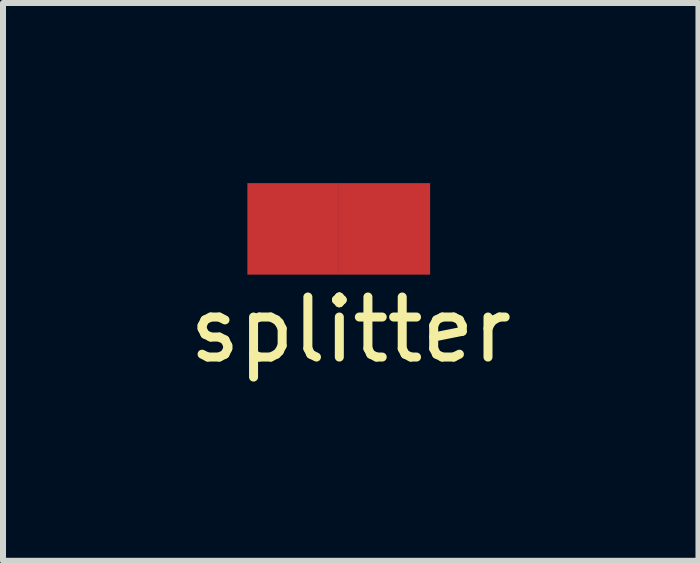
<source format=kicad_pcb>
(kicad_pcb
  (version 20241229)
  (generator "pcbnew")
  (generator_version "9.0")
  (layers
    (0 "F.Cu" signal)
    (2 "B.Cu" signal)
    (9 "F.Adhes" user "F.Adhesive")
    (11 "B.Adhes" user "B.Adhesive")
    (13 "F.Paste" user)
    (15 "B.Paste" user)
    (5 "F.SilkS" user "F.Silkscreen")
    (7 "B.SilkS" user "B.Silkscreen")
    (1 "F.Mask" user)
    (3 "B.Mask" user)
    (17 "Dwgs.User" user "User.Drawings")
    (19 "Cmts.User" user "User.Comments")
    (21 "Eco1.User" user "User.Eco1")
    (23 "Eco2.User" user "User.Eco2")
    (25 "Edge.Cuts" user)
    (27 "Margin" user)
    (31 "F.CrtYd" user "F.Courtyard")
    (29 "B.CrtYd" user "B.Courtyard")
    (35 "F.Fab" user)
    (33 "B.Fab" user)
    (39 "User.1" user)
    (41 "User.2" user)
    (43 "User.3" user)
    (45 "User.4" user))
  (footprint "splitter"
    (layer "F.Cu")
    (at 1.792 0.832)
    (property "Reference" "splitter" (at 1 1.61 0) (layer "F.SilkS") (effects (font (size 1 1) (thickness 0.15))))
    (attr through_hole)
    (pad "1" connect rect (at 0.04 -0.07) (size 1.524 1.524) (layers "F.Cu" "F.Mask"))
    (pad "2" connect rect (at 1.56 -0.07) (size 1.524 1.524) (layers "F.Cu" "F.Mask")))
  (gr_rect
    (start -3 -3)
    (end 8.583 6.29)
    (stroke (width 0.1) (type default))
    (fill no)
    (layer "Edge.Cuts")))
</source>
